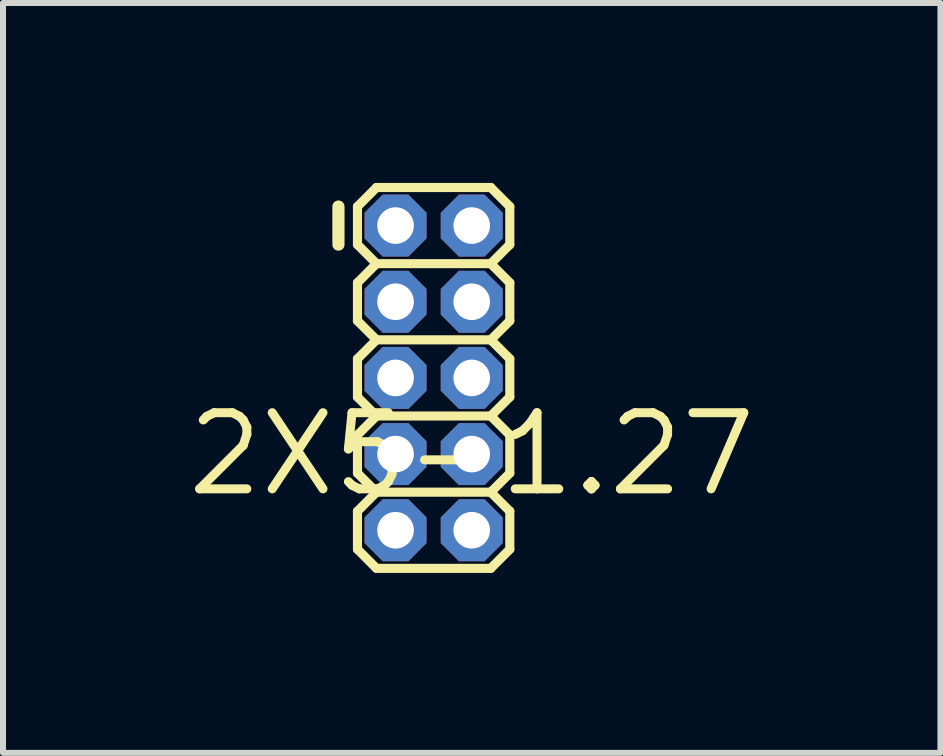
<source format=kicad_pcb>
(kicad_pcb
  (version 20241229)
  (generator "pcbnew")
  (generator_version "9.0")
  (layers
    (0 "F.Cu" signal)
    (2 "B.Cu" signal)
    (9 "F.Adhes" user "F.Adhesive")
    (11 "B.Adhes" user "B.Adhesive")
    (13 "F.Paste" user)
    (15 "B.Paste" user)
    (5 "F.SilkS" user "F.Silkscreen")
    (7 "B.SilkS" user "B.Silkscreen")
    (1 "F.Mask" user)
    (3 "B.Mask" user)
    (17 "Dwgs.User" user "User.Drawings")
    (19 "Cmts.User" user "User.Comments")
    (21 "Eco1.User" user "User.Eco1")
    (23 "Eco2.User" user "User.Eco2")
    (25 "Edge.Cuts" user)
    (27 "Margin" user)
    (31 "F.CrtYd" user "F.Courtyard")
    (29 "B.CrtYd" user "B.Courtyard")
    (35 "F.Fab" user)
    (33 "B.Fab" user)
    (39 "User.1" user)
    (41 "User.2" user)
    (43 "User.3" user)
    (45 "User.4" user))
  (footprint "2X5-1.27"
    (layer "F.Cu")
    (at 4.815 4.521)
    (property "Reference" "2X5-1.27" (at 0 0 0) (layer "F.SilkS") (effects (font (size 1.27 1.27) (thickness 0.15))))
    (fp_poly (pts (xy -0.753 -4.024) (xy -0.753 -3.596) (xy -1.056 -3.293) (xy -1.484 -3.293) (xy -1.787 -3.596) (xy -1.787 -4.024) (xy -1.484 -4.327) (xy -1.056 -4.327)) (stroke (width 0) (type default)) (fill yes) (layer "F.Mask"))
    (fp_poly (pts (xy -0.753 -2.754) (xy -0.753 -2.326) (xy -1.056 -2.023) (xy -1.484 -2.023) (xy -1.787 -2.326) (xy -1.787 -2.754) (xy -1.484 -3.057) (xy -1.056 -3.057)) (stroke (width 0) (type default)) (fill yes) (layer "F.Mask"))
    (fp_poly (pts (xy -0.753 -1.484) (xy -0.753 -1.056) (xy -1.056 -0.753) (xy -1.484 -0.753) (xy -1.787 -1.056) (xy -1.787 -1.484) (xy -1.484 -1.787) (xy -1.056 -1.787)) (stroke (width 0) (type default)) (fill yes) (layer "F.Mask"))
    (fp_poly (pts (xy -0.753 -0.214) (xy -0.753 0.214) (xy -1.056 0.517) (xy -1.484 0.517) (xy -1.787 0.214) (xy -1.787 -0.214) (xy -1.484 -0.517) (xy -1.056 -0.517)) (stroke (width 0) (type default)) (fill yes) (layer "F.Mask"))
    (fp_poly (pts (xy -0.753 1.056) (xy -0.753 1.484) (xy -1.056 1.787) (xy -1.484 1.787) (xy -1.787 1.484) (xy -1.787 1.056) (xy -1.484 0.753) (xy -1.056 0.753)) (stroke (width 0) (type default)) (fill yes) (layer "F.Mask"))
    (fp_poly (pts (xy 0.517 -4.024) (xy 0.517 -3.596) (xy 0.214 -3.293) (xy -0.214 -3.293) (xy -0.517 -3.596) (xy -0.517 -4.024) (xy -0.214 -4.327) (xy 0.214 -4.327)) (stroke (width 0) (type default)) (fill yes) (layer "F.Mask"))
    (fp_poly (pts (xy 0.517 -2.754) (xy 0.517 -2.326) (xy 0.214 -2.023) (xy -0.214 -2.023) (xy -0.517 -2.326) (xy -0.517 -2.754) (xy -0.214 -3.057) (xy 0.214 -3.057)) (stroke (width 0) (type default)) (fill yes) (layer "F.Mask"))
    (fp_poly (pts (xy 0.517 -1.484) (xy 0.517 -1.056) (xy 0.214 -0.753) (xy -0.214 -0.753) (xy -0.517 -1.056) (xy -0.517 -1.484) (xy -0.214 -1.787) (xy 0.214 -1.787)) (stroke (width 0) (type default)) (fill yes) (layer "F.Mask"))
    (fp_poly (pts (xy 0.517 -0.214) (xy 0.517 0.214) (xy 0.214 0.517) (xy -0.214 0.517) (xy -0.517 0.214) (xy -0.517 -0.214) (xy -0.214 -0.517) (xy 0.214 -0.517)) (stroke (width 0) (type default)) (fill yes) (layer "F.Mask"))
    (fp_poly (pts (xy 0.517 1.056) (xy 0.517 1.484) (xy 0.214 1.787) (xy -0.214 1.787) (xy -0.517 1.484) (xy -0.517 1.056) (xy -0.214 0.753) (xy 0.214 0.753)) (stroke (width 0) (type default)) (fill yes) (layer "F.Mask"))
    (fp_poly (pts (xy -0.753 -4.024) (xy -0.753 -3.596) (xy -1.056 -3.293) (xy -1.484 -3.293) (xy -1.787 -3.596) (xy -1.787 -4.024) (xy -1.484 -4.327) (xy -1.056 -4.327)) (stroke (width 0) (type default)) (fill yes) (layer "B.Mask"))
    (fp_poly (pts (xy -0.753 -2.754) (xy -0.753 -2.326) (xy -1.056 -2.023) (xy -1.484 -2.023) (xy -1.787 -2.326) (xy -1.787 -2.754) (xy -1.484 -3.057) (xy -1.056 -3.057)) (stroke (width 0) (type default)) (fill yes) (layer "B.Mask"))
    (fp_poly (pts (xy -0.753 -1.484) (xy -0.753 -1.056) (xy -1.056 -0.753) (xy -1.484 -0.753) (xy -1.787 -1.056) (xy -1.787 -1.484) (xy -1.484 -1.787) (xy -1.056 -1.787)) (stroke (width 0) (type default)) (fill yes) (layer "B.Mask"))
    (fp_poly (pts (xy -0.753 -0.214) (xy -0.753 0.214) (xy -1.056 0.517) (xy -1.484 0.517) (xy -1.787 0.214) (xy -1.787 -0.214) (xy -1.484 -0.517) (xy -1.056 -0.517)) (stroke (width 0) (type default)) (fill yes) (layer "B.Mask"))
    (fp_poly (pts (xy -0.753 1.056) (xy -0.753 1.484) (xy -1.056 1.787) (xy -1.484 1.787) (xy -1.787 1.484) (xy -1.787 1.056) (xy -1.484 0.753) (xy -1.056 0.753)) (stroke (width 0) (type default)) (fill yes) (layer "B.Mask"))
    (fp_poly (pts (xy 0.517 -4.024) (xy 0.517 -3.596) (xy 0.214 -3.293) (xy -0.214 -3.293) (xy -0.517 -3.596) (xy -0.517 -4.024) (xy -0.214 -4.327) (xy 0.214 -4.327)) (stroke (width 0) (type default)) (fill yes) (layer "B.Mask"))
    (fp_poly (pts (xy 0.517 -2.754) (xy 0.517 -2.326) (xy 0.214 -2.023) (xy -0.214 -2.023) (xy -0.517 -2.326) (xy -0.517 -2.754) (xy -0.214 -3.057) (xy 0.214 -3.057)) (stroke (width 0) (type default)) (fill yes) (layer "B.Mask"))
    (fp_poly (pts (xy 0.517 -1.484) (xy 0.517 -1.056) (xy 0.214 -0.753) (xy -0.214 -0.753) (xy -0.517 -1.056) (xy -0.517 -1.484) (xy -0.214 -1.787) (xy 0.214 -1.787)) (stroke (width 0) (type default)) (fill yes) (layer "B.Mask"))
    (fp_poly (pts (xy 0.517 -0.214) (xy 0.517 0.214) (xy 0.214 0.517) (xy -0.214 0.517) (xy -0.517 0.214) (xy -0.517 -0.214) (xy -0.214 -0.517) (xy 0.214 -0.517)) (stroke (width 0) (type default)) (fill yes) (layer "B.Mask"))
    (fp_poly (pts (xy 0.517 1.056) (xy 0.517 1.484) (xy 0.214 1.787) (xy -0.214 1.787) (xy -0.517 1.484) (xy -0.517 1.056) (xy -0.214 0.753) (xy 0.214 0.753)) (stroke (width 0) (type default)) (fill yes) (layer "B.Mask"))
    (fp_line (start -2.222 -4.127) (end -2.222 -3.493) (stroke (width 0.203) (type solid)) (layer "F.SilkS"))
    (fp_line (start -1.905 -4.127) (end -1.905 -3.493) (stroke (width 0.152) (type solid)) (layer "F.SilkS"))
    (fp_line (start -1.905 -3.493) (end -1.588 -3.175) (stroke (width 0.152) (type solid)) (layer "F.SilkS"))
    (fp_line (start -1.905 -2.857) (end -1.905 -2.222) (stroke (width 0.152) (type solid)) (layer "F.SilkS"))
    (fp_line (start -1.905 -2.222) (end -1.588 -1.905) (stroke (width 0.152) (type solid)) (layer "F.SilkS"))
    (fp_line (start -1.905 -1.588) (end -1.905 -0.952) (stroke (width 0.152) (type solid)) (layer "F.SilkS"))
    (fp_line (start -1.905 -0.952) (end -1.588 -0.635) (stroke (width 0.152) (type solid)) (layer "F.SilkS"))
    (fp_line (start -1.905 -0.318) (end -1.905 0.318) (stroke (width 0.152) (type solid)) (layer "F.SilkS"))
    (fp_line (start -1.905 0.318) (end -1.588 0.635) (stroke (width 0.152) (type solid)) (layer "F.SilkS"))
    (fp_line (start -1.905 0.953) (end -1.905 1.587) (stroke (width 0.152) (type solid)) (layer "F.SilkS"))
    (fp_line (start -1.905 1.587) (end -1.588 1.905) (stroke (width 0.152) (type solid)) (layer "F.SilkS"))
    (fp_line (start -1.588 -4.445) (end -1.905 -4.127) (stroke (width 0.152) (type solid)) (layer "F.SilkS"))
    (fp_line (start -1.588 -4.445) (end 0.318 -4.445) (stroke (width 0.152) (type solid)) (layer "F.SilkS"))
    (fp_line (start -1.588 -3.175) (end -1.905 -2.857) (stroke (width 0.152) (type solid)) (layer "F.SilkS"))
    (fp_line (start -1.588 -1.905) (end -1.905 -1.588) (stroke (width 0.152) (type solid)) (layer "F.SilkS"))
    (fp_line (start -1.588 -0.635) (end -1.905 -0.318) (stroke (width 0.152) (type solid)) (layer "F.SilkS"))
    (fp_line (start -1.588 0.635) (end -1.905 0.953) (stroke (width 0.152) (type solid)) (layer "F.SilkS"))
    (fp_line (start 0.318 -4.445) (end 0.635 -4.127) (stroke (width 0.152) (type solid)) (layer "F.SilkS"))
    (fp_line (start 0.318 -3.175) (end -1.588 -3.175) (stroke (width 0.152) (type solid)) (layer "F.SilkS"))
    (fp_line (start 0.318 -3.175) (end 0.635 -2.857) (stroke (width 0.152) (type solid)) (layer "F.SilkS"))
    (fp_line (start 0.318 -1.905) (end -1.588 -1.905) (stroke (width 0.152) (type solid)) (layer "F.SilkS"))
    (fp_line (start 0.318 -1.905) (end 0.635 -1.588) (stroke (width 0.152) (type solid)) (layer "F.SilkS"))
    (fp_line (start 0.318 -0.635) (end -1.588 -0.635) (stroke (width 0.152) (type solid)) (layer "F.SilkS"))
    (fp_line (start 0.318 -0.635) (end 0.635 -0.318) (stroke (width 0.152) (type solid)) (layer "F.SilkS"))
    (fp_line (start 0.318 0.635) (end -1.588 0.635) (stroke (width 0.152) (type solid)) (layer "F.SilkS"))
    (fp_line (start 0.318 0.635) (end 0.635 0.953) (stroke (width 0.152) (type solid)) (layer "F.SilkS"))
    (fp_line (start 0.318 1.905) (end -1.588 1.905) (stroke (width 0.152) (type solid)) (layer "F.SilkS"))
    (fp_line (start 0.635 -4.127) (end 0.635 -3.493) (stroke (width 0.152) (type solid)) (layer "F.SilkS"))
    (fp_line (start 0.635 -3.493) (end 0.318 -3.175) (stroke (width 0.152) (type solid)) (layer "F.SilkS"))
    (fp_line (start 0.635 -2.857) (end 0.635 -2.222) (stroke (width 0.152) (type solid)) (layer "F.SilkS"))
    (fp_line (start 0.635 -2.222) (end 0.318 -1.905) (stroke (width 0.152) (type solid)) (layer "F.SilkS"))
    (fp_line (start 0.635 -1.588) (end 0.635 -0.952) (stroke (width 0.152) (type solid)) (layer "F.SilkS"))
    (fp_line (start 0.635 -0.952) (end 0.318 -0.635) (stroke (width 0.152) (type solid)) (layer "F.SilkS"))
    (fp_line (start 0.635 -0.318) (end 0.635 0.318) (stroke (width 0.152) (type solid)) (layer "F.SilkS"))
    (fp_line (start 0.635 0.318) (end 0.318 0.635) (stroke (width 0.152) (type solid)) (layer "F.SilkS"))
    (fp_line (start 0.635 0.953) (end 0.635 1.587) (stroke (width 0.152) (type solid)) (layer "F.SilkS"))
    (fp_line (start 0.635 1.587) (end 0.318 1.905) (stroke (width 0.152) (type solid)) (layer "F.SilkS"))
    (fp_poly (pts (xy -1.143 -3.937) (xy -1.397 -3.937) (xy -1.397 -3.683) (xy -1.143 -3.683)) (stroke (width 0.1) (type default)) (fill no) (layer "F.Fab"))
    (fp_poly (pts (xy -1.143 -2.667) (xy -1.397 -2.667) (xy -1.397 -2.413) (xy -1.143 -2.413)) (stroke (width 0.1) (type default)) (fill no) (layer "F.Fab"))
    (fp_poly (pts (xy -1.143 -1.397) (xy -1.397 -1.397) (xy -1.397 -1.143) (xy -1.143 -1.143)) (stroke (width 0.1) (type default)) (fill no) (layer "F.Fab"))
    (fp_poly (pts (xy -1.143 -0.127) (xy -1.397 -0.127) (xy -1.397 0.127) (xy -1.143 0.127)) (stroke (width 0.1) (type default)) (fill no) (layer "F.Fab"))
    (fp_poly (pts (xy -1.143 1.143) (xy -1.397 1.143) (xy -1.397 1.397) (xy -1.143 1.397)) (stroke (width 0.1) (type default)) (fill no) (layer "F.Fab"))
    (fp_poly (pts (xy 0.127 -3.937) (xy -0.127 -3.937) (xy -0.127 -3.683) (xy 0.127 -3.683)) (stroke (width 0.1) (type default)) (fill no) (layer "F.Fab"))
    (fp_poly (pts (xy 0.127 -2.667) (xy -0.127 -2.667) (xy -0.127 -2.413) (xy 0.127 -2.413)) (stroke (width 0.1) (type default)) (fill no) (layer "F.Fab"))
    (fp_poly (pts (xy 0.127 -1.397) (xy -0.127 -1.397) (xy -0.127 -1.143) (xy 0.127 -1.143)) (stroke (width 0.1) (type default)) (fill no) (layer "F.Fab"))
    (fp_poly (pts (xy 0.127 -0.127) (xy -0.127 -0.127) (xy -0.127 0.127) (xy 0.127 0.127)) (stroke (width 0.1) (type default)) (fill no) (layer "F.Fab"))
    (fp_poly (pts (xy 0.127 1.143) (xy -0.127 1.143) (xy -0.127 1.397) (xy 0.127 1.397)) (stroke (width 0.1) (type default)) (fill no) (layer "F.Fab"))
    (pad "1" thru_hole roundrect (at -1.27 -3.81 270) (size 1.033 1.033) (drill 0.61) (layers "*.Cu") (roundrect_rratio 0.25) (chamfer_ratio 0.293) (chamfer top_left top_right bottom_left bottom_right))
    (pad "2" thru_hole roundrect (at 0 -3.81 270) (size 1.033 1.033) (drill 0.61) (layers "*.Cu") (roundrect_rratio 0.25) (chamfer_ratio 0.293) (chamfer top_left top_right bottom_left bottom_right))
    (pad "3" thru_hole roundrect (at -1.27 -2.54 270) (size 1.033 1.033) (drill 0.61) (layers "*.Cu") (roundrect_rratio 0.25) (chamfer_ratio 0.293) (chamfer top_left top_right bottom_left bottom_right))
    (pad "4" thru_hole roundrect (at 0 -2.54 270) (size 1.033 1.033) (drill 0.61) (layers "*.Cu") (roundrect_rratio 0.25) (chamfer_ratio 0.293) (chamfer top_left top_right bottom_left bottom_right))
    (pad "5" thru_hole roundrect (at -1.27 -1.27 270) (size 1.033 1.033) (drill 0.61) (layers "*.Cu") (roundrect_rratio 0.25) (chamfer_ratio 0.293) (chamfer top_left top_right bottom_left bottom_right))
    (pad "6" thru_hole roundrect (at 0 -1.27 270) (size 1.033 1.033) (drill 0.61) (layers "*.Cu") (roundrect_rratio 0.25) (chamfer_ratio 0.293) (chamfer top_left top_right bottom_left bottom_right))
    (pad "7" thru_hole roundrect (at -1.27 0 270) (size 1.033 1.033) (drill 0.61) (layers "*.Cu") (roundrect_rratio 0.25) (chamfer_ratio 0.293) (chamfer top_left top_right bottom_left bottom_right))
    (pad "8" thru_hole roundrect (at 0 0 270) (size 1.033 1.033) (drill 0.61) (layers "*.Cu") (roundrect_rratio 0.25) (chamfer_ratio 0.293) (chamfer top_left top_right bottom_left bottom_right))
    (pad "9" thru_hole roundrect (at -1.27 1.27 270) (size 1.033 1.033) (drill 0.61) (layers "*.Cu") (roundrect_rratio 0.25) (chamfer_ratio 0.293) (chamfer top_left top_right bottom_left bottom_right))
    (pad "10" thru_hole roundrect (at 0 1.27 270) (size 1.033 1.033) (drill 0.61) (layers "*.Cu") (roundrect_rratio 0.25) (chamfer_ratio 0.293) (chamfer top_left top_right bottom_left bottom_right)))
  (gr_rect
    (start -3 -3)
    (end 12.63 9.502)
    (stroke (width 0.1) (type default))
    (fill no)
    (layer "Edge.Cuts")))
</source>
